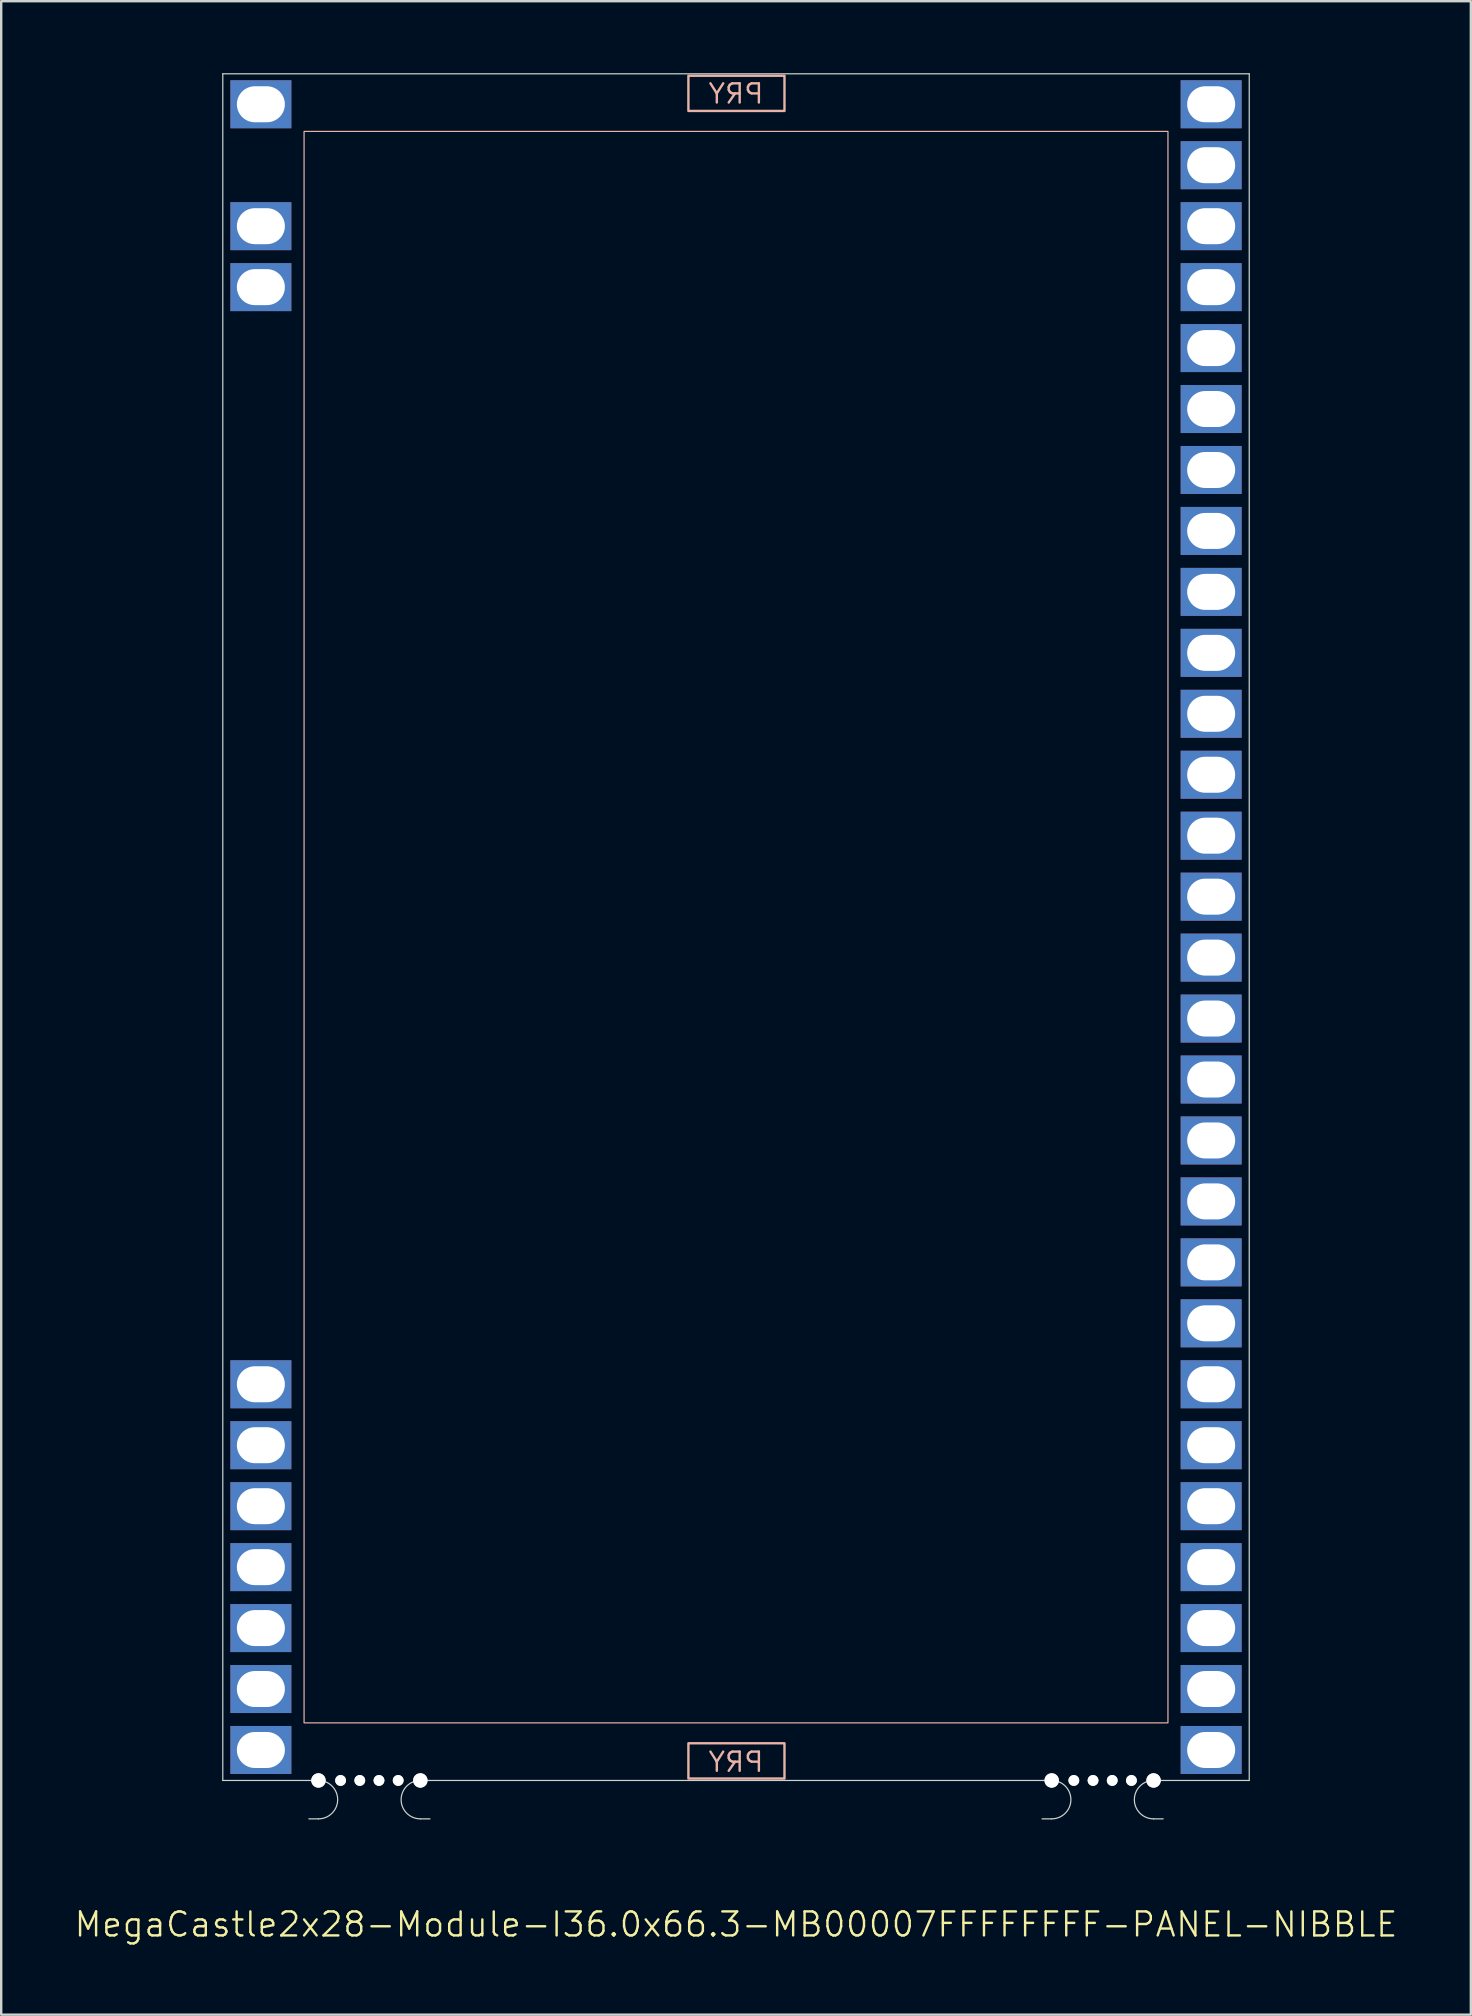
<source format=kicad_pcb>
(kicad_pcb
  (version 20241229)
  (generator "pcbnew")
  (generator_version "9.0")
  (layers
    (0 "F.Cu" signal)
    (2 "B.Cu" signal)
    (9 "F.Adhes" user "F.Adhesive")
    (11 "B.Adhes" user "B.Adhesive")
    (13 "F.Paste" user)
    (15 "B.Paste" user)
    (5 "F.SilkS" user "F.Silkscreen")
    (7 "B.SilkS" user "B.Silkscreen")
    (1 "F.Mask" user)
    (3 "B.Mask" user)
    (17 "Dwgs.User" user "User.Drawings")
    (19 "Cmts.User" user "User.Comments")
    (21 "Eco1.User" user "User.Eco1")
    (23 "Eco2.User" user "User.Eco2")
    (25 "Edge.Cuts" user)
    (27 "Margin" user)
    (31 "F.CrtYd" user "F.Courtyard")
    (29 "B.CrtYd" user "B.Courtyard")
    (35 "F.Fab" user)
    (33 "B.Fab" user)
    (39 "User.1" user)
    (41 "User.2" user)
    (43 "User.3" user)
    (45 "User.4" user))
  (footprint "MegaCastle2x28-Module-I36.0x66.3-MB00007FFFFFFFF-PANEL-NIBBLE"
    (layer "F.Cu")
    (at 27.621 35.585)
    (property "Reference" "MegaCastle2x28-Module-I36.0x66.3-MB00007FFFFFFFF-PANEL-NIBBLE" (at 0 41.56 0) (unlocked yes) (layer "F.SilkS") (effects (font (size 1 1) (thickness 0.1))))
    (attr smd)
    (fp_rect (start -18 33.16) (end 18 -33.16) (stroke (width 0.05) (type default)) (fill no) (layer "B.SilkS"))
    (fp_rect (start -1.984 -34.011) (end 2.02 -35.48) (stroke (width 0.1) (type default)) (fill no) (layer "B.SilkS"))
    (fp_rect (start -1.984 34.011) (end 2.02 35.48) (stroke (width 0.1) (type default)) (fill no) (layer "B.SilkS"))
    (fp_line (start -21.387 -35.56) (end -21.387 35.56) (stroke (width 0.05) (type default)) (layer "Edge.Cuts"))
    (fp_line (start -21.387 -35.56) (end 21.387 -35.56) (stroke (width 0.05) (type default)) (layer "Edge.Cuts"))
    (fp_line (start -21.387 35.56) (end -17.8 35.56) (stroke (width 0.05) (type default)) (layer "Edge.Cuts"))
    (fp_line (start -17.8 35.56) (end -17.4 35.56) (stroke (width 0.05) (type default)) (layer "Edge.Cuts"))
    (fp_line (start -17.8 37.16) (end -17.4 37.16) (stroke (width 0.05) (type default)) (layer "Edge.Cuts"))
    (fp_line (start -12.755 35.56) (end -13.155 35.56) (stroke (width 0.05) (type default)) (layer "Edge.Cuts"))
    (fp_line (start -12.755 35.56) (end 12.755 35.56) (stroke (width 0.05) (type default)) (layer "Edge.Cuts"))
    (fp_line (start -12.755 37.16) (end -13.155 37.16) (stroke (width 0.05) (type default)) (layer "Edge.Cuts"))
    (fp_line (start 12.755 35.56) (end 13.155 35.56) (stroke (width 0.05) (type default)) (layer "Edge.Cuts"))
    (fp_line (start 12.755 37.16) (end 13.155 37.16) (stroke (width 0.05) (type default)) (layer "Edge.Cuts"))
    (fp_line (start 17.8 35.56) (end 17.4 35.56) (stroke (width 0.05) (type default)) (layer "Edge.Cuts"))
    (fp_line (start 17.8 35.56) (end 21.387 35.56) (stroke (width 0.05) (type default)) (layer "Edge.Cuts"))
    (fp_line (start 17.8 37.16) (end 17.4 37.16) (stroke (width 0.05) (type default)) (layer "Edge.Cuts"))
    (fp_line (start 21.387 -35.56) (end 21.387 35.56) (stroke (width 0.05) (type default)) (layer "Edge.Cuts"))
    (fp_arc (start -17.4 35.560001) (mid -16.6 36.360001) (end -17.4 37.16) (stroke (width 0.05) (type default)) (layer "Edge.Cuts"))
    (fp_arc (start -13.155 37.16) (mid -13.954999 36.360001) (end -13.155 35.560001) (stroke (width 0.05) (type default)) (layer "Edge.Cuts"))
    (fp_arc (start 13.155001 35.560001) (mid 13.955 36.360001) (end 13.155001 37.16) (stroke (width 0.05) (type default)) (layer "Edge.Cuts"))
    (fp_arc (start 17.4 37.16) (mid 16.6 36.36) (end 17.4 35.560001) (stroke (width 0.05) (type default)) (layer "Edge.Cuts"))
    (fp_text user "PRY" (at 0 35.26 0) (unlocked yes) (layer "B.SilkS") (effects (font (size 0.8 0.8) (thickness 0.1)) (justify bottom mirror)))
    (fp_text user "PRY" (at 0 -34.26 0) (unlocked yes) (layer "B.SilkS") (effects (font (size 0.8 0.8) (thickness 0.1)) (justify bottom mirror)))
    (pad "" np_thru_hole circle (at -17.4 35.56) (size 0.6 0.6) (drill 0.6) (layers "*.Cu" "Edge.Cuts"))
    (pad "" np_thru_hole circle (at -16.478 35.56) (size 0.45 0.45) (drill 0.45) (layers "*.Cu" "Edge.Cuts"))
    (pad "" np_thru_hole circle (at -15.678 35.56) (size 0.45 0.45) (drill 0.45) (layers "*.Cu" "Edge.Cuts"))
    (pad "" np_thru_hole circle (at -14.878 35.56) (size 0.45 0.45) (drill 0.45) (layers "*.Cu" "Edge.Cuts"))
    (pad "" np_thru_hole circle (at -14.078 35.56) (size 0.45 0.45) (drill 0.45) (layers "*.Cu" "Edge.Cuts"))
    (pad "" np_thru_hole circle (at -13.155 35.56) (size 0.6 0.6) (drill 0.6) (layers "*.Cu" "Edge.Cuts"))
    (pad "" np_thru_hole circle (at 13.155 35.56) (size 0.6 0.6) (drill 0.6) (layers "*.Cu" "Edge.Cuts"))
    (pad "" np_thru_hole circle (at 14.078 35.56) (size 0.45 0.45) (drill 0.45) (layers "*.Cu" "Edge.Cuts"))
    (pad "" np_thru_hole circle (at 14.878 35.56) (size 0.45 0.45) (drill 0.45) (layers "*.Cu" "Edge.Cuts"))
    (pad "" np_thru_hole circle (at 15.678 35.56) (size 0.45 0.45) (drill 0.45) (layers "*.Cu" "Edge.Cuts"))
    (pad "" np_thru_hole circle (at 16.478 35.56) (size 0.45 0.45) (drill 0.45) (layers "*.Cu" "Edge.Cuts"))
    (pad "" np_thru_hole circle (at 17.4 35.56) (size 0.6 0.6) (drill 0.6) (layers "*.Cu" "Edge.Cuts"))
    (pad "1" thru_hole rect (at -19.8 -34.29) (size 2.54 2) (drill oval 2 1.5) (property pad_prop_castellated) (layers "*.Cu" "*.Mask"))
    (pad "3" thru_hole rect (at -19.8 -29.21) (size 2.54 2) (drill oval 2 1.5) (property pad_prop_castellated) (layers "*.Cu" "*.Mask"))
    (pad "4" thru_hole rect (at -19.8 -26.67) (size 2.54 2) (drill oval 2 1.5) (property pad_prop_castellated) (layers "*.Cu" "*.Mask"))
    (pad "22" thru_hole rect (at -19.8 19.05) (size 2.54 2) (drill oval 2 1.5) (property pad_prop_castellated) (layers "*.Cu" "*.Mask"))
    (pad "23" thru_hole rect (at -19.8 21.59) (size 2.54 2) (drill oval 2 1.5) (property pad_prop_castellated) (layers "*.Cu" "*.Mask"))
    (pad "24" thru_hole rect (at -19.8 24.13) (size 2.54 2) (drill oval 2 1.5) (property pad_prop_castellated) (layers "*.Cu" "*.Mask"))
    (pad "25" thru_hole rect (at -19.8 26.67) (size 2.54 2) (drill oval 2 1.5) (property pad_prop_castellated) (layers "*.Cu" "*.Mask"))
    (pad "26" thru_hole rect (at -19.8 29.21) (size 2.54 2) (drill oval 2 1.5) (property pad_prop_castellated) (layers "*.Cu" "*.Mask"))
    (pad "27" thru_hole rect (at -19.8 31.75) (size 2.54 2) (drill oval 2 1.5) (property pad_prop_castellated) (layers "*.Cu" "*.Mask"))
    (pad "28" thru_hole rect (at -19.8 34.29) (size 2.54 2) (drill oval 2 1.5) (property pad_prop_castellated) (layers "*.Cu" "*.Mask"))
    (pad "29" thru_hole rect (at 19.8 -34.29) (size 2.54 2) (drill oval 2 1.5) (property pad_prop_castellated) (layers "*.Cu" "*.Mask"))
    (pad "30" thru_hole rect (at 19.8 -31.75) (size 2.54 2) (drill oval 2 1.5) (property pad_prop_castellated) (layers "*.Cu" "*.Mask"))
    (pad "31" thru_hole rect (at 19.8 -29.21) (size 2.54 2) (drill oval 2 1.5) (property pad_prop_castellated) (layers "*.Cu" "*.Mask"))
    (pad "32" thru_hole rect (at 19.8 -26.67) (size 2.54 2) (drill oval 2 1.5) (property pad_prop_castellated) (layers "*.Cu" "*.Mask"))
    (pad "33" thru_hole rect (at 19.8 -24.13) (size 2.54 2) (drill oval 2 1.5) (property pad_prop_castellated) (layers "*.Cu" "*.Mask"))
    (pad "34" thru_hole rect (at 19.8 -21.59) (size 2.54 2) (drill oval 2 1.5) (property pad_prop_castellated) (layers "*.Cu" "*.Mask"))
    (pad "35" thru_hole rect (at 19.8 -19.05) (size 2.54 2) (drill oval 2 1.5) (property pad_prop_castellated) (layers "*.Cu" "*.Mask"))
    (pad "36" thru_hole rect (at 19.8 -16.51) (size 2.54 2) (drill oval 2 1.5) (property pad_prop_castellated) (layers "*.Cu" "*.Mask"))
    (pad "37" thru_hole rect (at 19.8 -13.97) (size 2.54 2) (drill oval 2 1.5) (property pad_prop_castellated) (layers "*.Cu" "*.Mask"))
    (pad "38" thru_hole rect (at 19.8 -11.43) (size 2.54 2) (drill oval 2 1.5) (property pad_prop_castellated) (layers "*.Cu" "*.Mask"))
    (pad "39" thru_hole rect (at 19.8 -8.89) (size 2.54 2) (drill oval 2 1.5) (property pad_prop_castellated) (layers "*.Cu" "*.Mask"))
    (pad "40" thru_hole rect (at 19.8 -6.35) (size 2.54 2) (drill oval 2 1.5) (property pad_prop_castellated) (layers "*.Cu" "*.Mask"))
    (pad "41" thru_hole rect (at 19.8 -3.81) (size 2.54 2) (drill oval 2 1.5) (property pad_prop_castellated) (layers "*.Cu" "*.Mask"))
    (pad "42" thru_hole rect (at 19.8 -1.27) (size 2.54 2) (drill oval 2 1.5) (property pad_prop_castellated) (layers "*.Cu" "*.Mask"))
    (pad "43" thru_hole rect (at 19.8 1.27) (size 2.54 2) (drill oval 2 1.5) (property pad_prop_castellated) (layers "*.Cu" "*.Mask"))
    (pad "44" thru_hole rect (at 19.8 3.81) (size 2.54 2) (drill oval 2 1.5) (property pad_prop_castellated) (layers "*.Cu" "*.Mask"))
    (pad "45" thru_hole rect (at 19.8 6.35) (size 2.54 2) (drill oval 2 1.5) (property pad_prop_castellated) (layers "*.Cu" "*.Mask"))
    (pad "46" thru_hole rect (at 19.8 8.89) (size 2.54 2) (drill oval 2 1.5) (property pad_prop_castellated) (layers "*.Cu" "*.Mask"))
    (pad "47" thru_hole rect (at 19.8 11.43) (size 2.54 2) (drill oval 2 1.5) (property pad_prop_castellated) (layers "*.Cu" "*.Mask"))
    (pad "48" thru_hole rect (at 19.8 13.97) (size 2.54 2) (drill oval 2 1.5) (property pad_prop_castellated) (layers "*.Cu" "*.Mask"))
    (pad "49" thru_hole rect (at 19.8 16.51) (size 2.54 2) (drill oval 2 1.5) (property pad_prop_castellated) (layers "*.Cu" "*.Mask"))
    (pad "50" thru_hole rect (at 19.8 19.05) (size 2.54 2) (drill oval 2 1.5) (property pad_prop_castellated) (layers "*.Cu" "*.Mask"))
    (pad "51" thru_hole rect (at 19.8 21.59) (size 2.54 2) (drill oval 2 1.5) (property pad_prop_castellated) (layers "*.Cu" "*.Mask"))
    (pad "52" thru_hole rect (at 19.8 24.13) (size 2.54 2) (drill oval 2 1.5) (property pad_prop_castellated) (layers "*.Cu" "*.Mask"))
    (pad "53" thru_hole rect (at 19.8 26.67) (size 2.54 2) (drill oval 2 1.5) (property pad_prop_castellated) (layers "*.Cu" "*.Mask"))
    (pad "54" thru_hole rect (at 19.8 29.21) (size 2.54 2) (drill oval 2 1.5) (property pad_prop_castellated) (layers "*.Cu" "*.Mask"))
    (pad "55" thru_hole rect (at 19.8 31.75) (size 2.54 2) (drill oval 2 1.5) (property pad_prop_castellated) (layers "*.Cu" "*.Mask"))
    (pad "56" thru_hole rect (at 19.8 34.29) (size 2.54 2) (drill oval 2 1.5) (property pad_prop_castellated) (layers "*.Cu" "*.Mask"))
    (zone (net_name "") (layer "B.Cu") (hatch edge 0.5) (connect_pads) (min_thickness 0.25) (filled_areas_thickness no) (keepout (tracks allowed) (vias allowed) (pads allowed) (copperpour allowed) (footprints not_allowed)) (placement (enabled no)) (fill) (polygon (pts (xy 7.821 71.145) (xy 7.821 0.025) (xy 9.621 0.025) (xy 9.621 71.145))))
    (zone (net_name "") (layer "B.Cu") (hatch edge 0.5) (connect_pads) (min_thickness 0.25) (filled_areas_thickness no) (keepout (tracks allowed) (vias allowed) (pads allowed) (copperpour allowed) (footprints not_allowed)) (placement (enabled no)) (fill) (polygon (pts (xy 9.621 0.025) (xy 9.621 2.425) (xy 45.621 2.425) (xy 45.621 0.025))))
    (zone (net_name "") (layer "B.Cu") (hatch edge 0.5) (connect_pads) (min_thickness 0.25) (filled_areas_thickness no) (keepout (tracks allowed) (vias allowed) (pads allowed) (copperpour allowed) (footprints not_allowed)) (placement (enabled no)) (fill) (polygon (pts (xy 9.621 71.145) (xy 9.621 68.745) (xy 45.621 68.745) (xy 45.621 71.145))))
    (zone (net_name "") (layer "B.Cu") (name "Upper Pry Zone") (hatch edge 0.5) (connect_pads) (min_thickness 0.25) (filled_areas_thickness no) (keepout (tracks not_allowed) (vias not_allowed) (pads not_allowed) (copperpour allowed) (footprints not_allowed)) (placement (enabled no)) (fill) (polygon (pts (xy 25.637 1.574) (xy 25.637 0.105) (xy 29.641 0.105) (xy 29.641 1.574))))
    (zone (net_name "") (layer "B.Cu") (name "Upper Pry Zone") (hatch edge 0.5) (connect_pads) (min_thickness 0.25) (filled_areas_thickness no) (keepout (tracks not_allowed) (vias not_allowed) (pads not_allowed) (copperpour allowed) (footprints not_allowed)) (placement (enabled no)) (fill) (polygon (pts (xy 25.637 69.596) (xy 25.637 71.065) (xy 29.641 71.065) (xy 29.641 69.596))))
    (zone (net_name "") (layer "B.Cu") (hatch edge 0.5) (connect_pads) (min_thickness 0.25) (filled_areas_thickness no) (keepout (tracks allowed) (vias allowed) (pads allowed) (copperpour allowed) (footprints not_allowed)) (placement (enabled no)) (fill) (polygon (pts (xy 47.421 71.145) (xy 47.421 0.025) (xy 45.621 0.025) (xy 45.621 71.145)))))
  (gr_rect
    (start -3 -3)
    (end 58.243 80.906)
    (stroke (width 0.1) (type default))
    (fill no)
    (layer "Edge.Cuts")))
</source>
